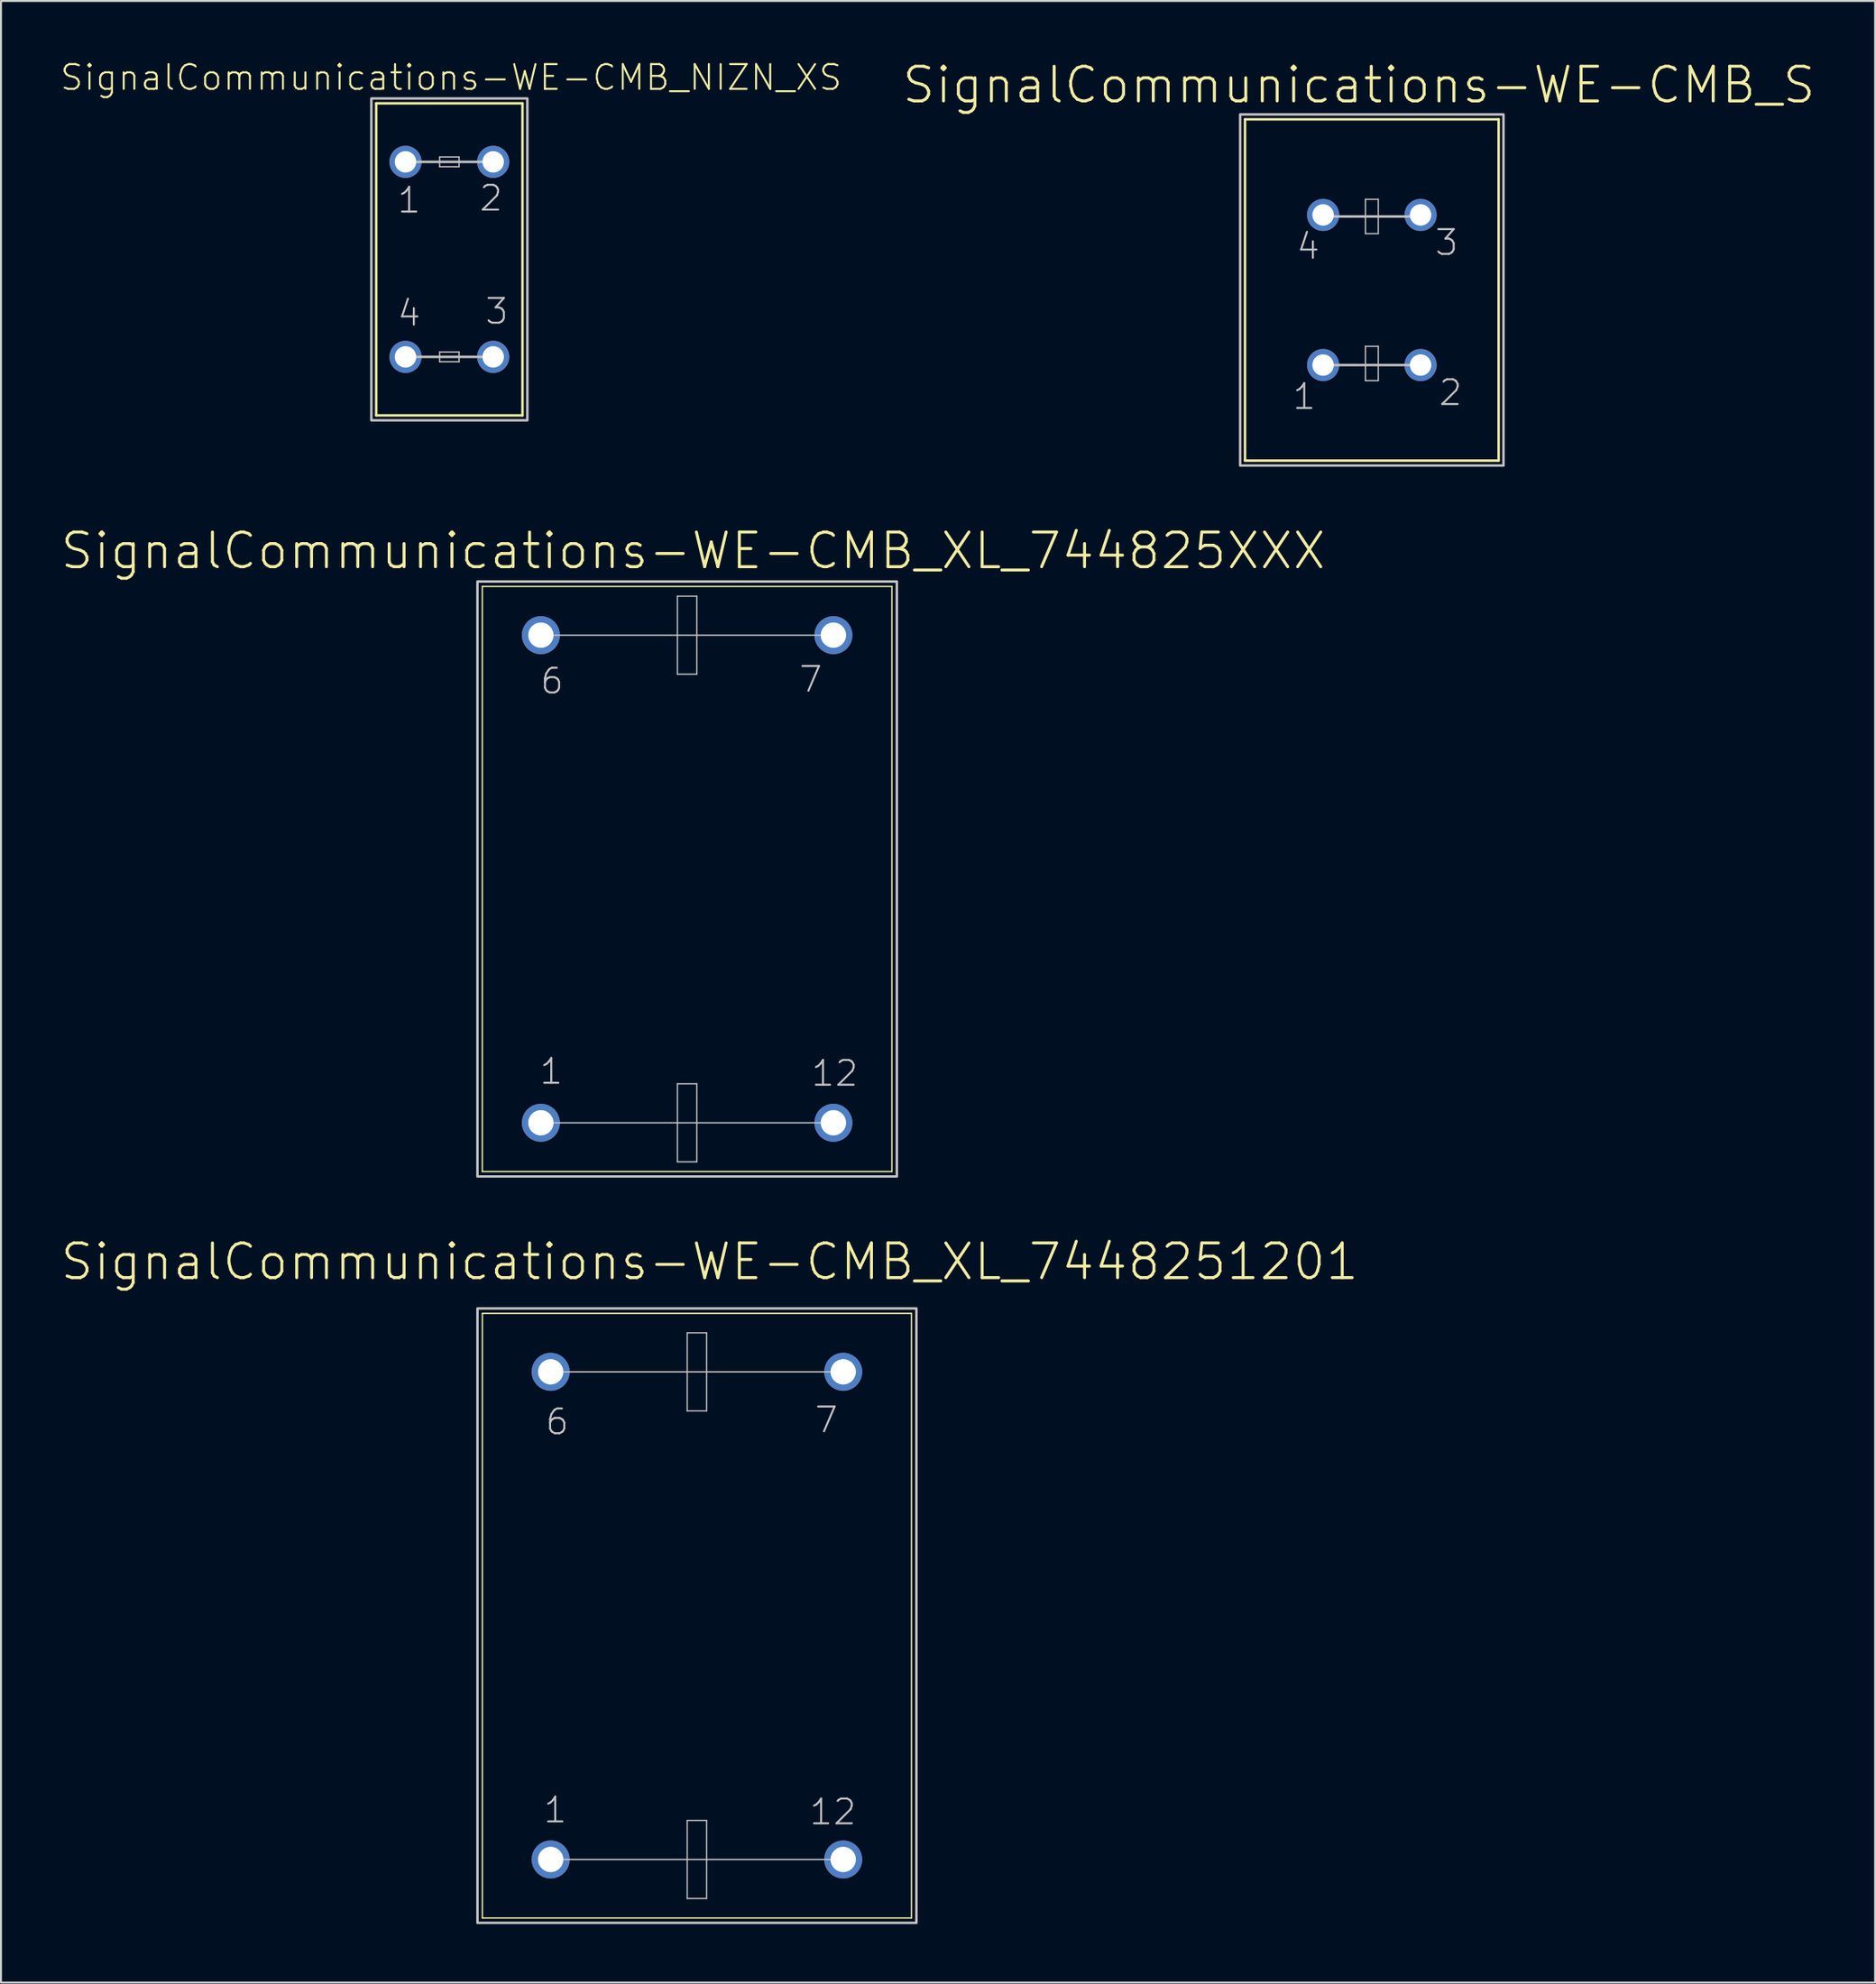
<source format=kicad_pcb>
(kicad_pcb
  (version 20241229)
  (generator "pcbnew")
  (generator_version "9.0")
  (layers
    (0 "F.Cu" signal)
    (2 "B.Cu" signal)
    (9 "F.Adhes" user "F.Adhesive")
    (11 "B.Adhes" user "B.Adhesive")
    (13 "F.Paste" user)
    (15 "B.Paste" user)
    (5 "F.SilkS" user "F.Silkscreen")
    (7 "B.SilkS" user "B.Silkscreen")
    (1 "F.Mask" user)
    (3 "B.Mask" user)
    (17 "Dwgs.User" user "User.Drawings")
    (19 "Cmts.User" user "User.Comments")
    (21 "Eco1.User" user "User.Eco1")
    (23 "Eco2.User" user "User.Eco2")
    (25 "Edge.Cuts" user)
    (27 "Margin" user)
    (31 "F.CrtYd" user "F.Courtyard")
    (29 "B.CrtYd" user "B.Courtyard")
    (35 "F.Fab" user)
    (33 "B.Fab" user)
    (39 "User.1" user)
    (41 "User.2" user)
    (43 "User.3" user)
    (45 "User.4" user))
  (footprint "SignalCommunications-WE-CMB_XL_7448251201"
    (layer "F.Cu")
    (at 32.675 79.773)
    (property "Reference" "SignalCommunications-WE-CMB_XL_7448251201" (at 0.65 -18.143 0) (layer "F.SilkS") (effects (font (size 1.778 1.778) (thickness 0.152))))
    (attr exclude_from_pos_files exclude_from_bom)
    (fp_line (start -10.998 -15.499) (end -10.998 15.499) (stroke (width 0.069) (type solid)) (layer "F.SilkS"))
    (fp_line (start -10.998 15.499) (end 10.998 15.499) (stroke (width 0.069) (type solid)) (layer "F.SilkS"))
    (fp_line (start 10.998 -15.499) (end -10.998 -15.499) (stroke (width 0.069) (type solid)) (layer "F.SilkS"))
    (fp_line (start 10.998 15.499) (end 10.998 -15.499) (stroke (width 0.069) (type solid)) (layer "F.SilkS"))
    (fp_line (start -7.498 -12.499) (end 7.498 -12.499) (stroke (width 0.069) (type solid)) (layer "Dwgs.User"))
    (fp_line (start -7.498 12.499) (end 7.498 12.499) (stroke (width 0.069) (type solid)) (layer "Dwgs.User"))
    (fp_line (start -0.498 -14.498) (end 0.498 -14.498) (stroke (width 0.066) (type solid)) (layer "Dwgs.User"))
    (fp_line (start -0.498 -10.498) (end -0.498 -14.498) (stroke (width 0.066) (type solid)) (layer "Dwgs.User"))
    (fp_line (start -0.498 -10.498) (end 0.498 -10.498) (stroke (width 0.066) (type solid)) (layer "Dwgs.User"))
    (fp_line (start -0.498 10.498) (end 0.498 10.498) (stroke (width 0.066) (type solid)) (layer "Dwgs.User"))
    (fp_line (start -0.498 14.498) (end -0.498 10.498) (stroke (width 0.066) (type solid)) (layer "Dwgs.User"))
    (fp_line (start -0.498 14.498) (end 0.498 14.498) (stroke (width 0.066) (type solid)) (layer "Dwgs.User"))
    (fp_line (start 0.498 -10.498) (end 0.498 -14.498) (stroke (width 0.066) (type solid)) (layer "Dwgs.User"))
    (fp_line (start 0.498 14.498) (end 0.498 10.498) (stroke (width 0.066) (type solid)) (layer "Dwgs.User"))
    (fp_poly (pts (xy 11.25 -15.748) (xy 11.25 15.748) (xy -11.25 15.748) (xy -11.25 -15.748) (xy 11.25 -15.748)) (stroke (width 0.127) (type solid)) (fill no) (layer "Dwgs.User"))
    (fp_text user "1" (at -7.264 9.964 0) (layer "Dwgs.User") (effects (font (size 1.27 1.27) (thickness 0.102))))
    (fp_text user "7" (at 6.634 -10.033 0) (layer "Dwgs.User") (effects (font (size 1.27 1.27) (thickness 0.102))))
    (fp_text user "12" (at 6.97 10.063 0) (layer "Dwgs.User") (effects (font (size 1.27 1.27) (thickness 0.102))))
    (fp_text user "6" (at -7.163 -9.934 0) (layer "Dwgs.User") (effects (font (size 1.27 1.27) (thickness 0.102))))
    (pad "1" thru_hole circle (at -7.498 12.499) (size 1.948 1.948) (drill 1.298) (layers "*.Cu" "*.Paste" "*.Mask"))
    (pad "6" thru_hole circle (at -7.498 -12.499) (size 1.948 1.948) (drill 1.298) (layers "*.Cu" "*.Paste" "*.Mask"))
    (pad "7" thru_hole circle (at 7.498 -12.499) (size 1.948 1.948) (drill 1.298) (layers "*.Cu" "*.Paste" "*.Mask"))
    (pad "12" thru_hole circle (at 7.498 12.499) (size 1.948 1.948) (drill 1.298) (layers "*.Cu" "*.Paste" "*.Mask")))
  (footprint "SignalCommunications-WE-CMB_S"
    (layer "F.Cu")
    (at 67.271 11.816)
    (property "Reference" "SignalCommunications-WE-CMB_S" (at -0.663 -10.508 0) (layer "F.SilkS") (effects (font (size 1.778 1.778) (thickness 0.152))))
    (attr exclude_from_pos_files exclude_from_bom)
    (fp_line (start -6.5 -8.748) (end -6.5 8.748) (stroke (width 0.127) (type solid)) (layer "F.SilkS"))
    (fp_line (start -6.5 8.748) (end 6.5 8.748) (stroke (width 0.127) (type solid)) (layer "F.SilkS"))
    (fp_line (start 6.5 -8.748) (end -6.5 -8.748) (stroke (width 0.127) (type solid)) (layer "F.SilkS"))
    (fp_line (start 6.5 8.748) (end 6.5 -8.748) (stroke (width 0.127) (type solid)) (layer "F.SilkS"))
    (fp_line (start -2.499 -3.769) (end 2.499 -3.769) (stroke (width 0.127) (type solid)) (layer "Dwgs.User"))
    (fp_line (start -2.499 3.848) (end 2.499 3.848) (stroke (width 0.127) (type solid)) (layer "Dwgs.User"))
    (fp_line (start -0.328 -4.648) (end 0.328 -4.648) (stroke (width 0.066) (type solid)) (layer "Dwgs.User"))
    (fp_line (start -0.328 -2.888) (end -0.328 -4.648) (stroke (width 0.066) (type solid)) (layer "Dwgs.User"))
    (fp_line (start -0.328 -2.888) (end 0.328 -2.888) (stroke (width 0.066) (type solid)) (layer "Dwgs.User"))
    (fp_line (start -0.328 2.888) (end 0.328 2.888) (stroke (width 0.066) (type solid)) (layer "Dwgs.User"))
    (fp_line (start -0.328 4.648) (end -0.328 2.888) (stroke (width 0.066) (type solid)) (layer "Dwgs.User"))
    (fp_line (start -0.328 4.648) (end 0.328 4.648) (stroke (width 0.066) (type solid)) (layer "Dwgs.User"))
    (fp_line (start 0.328 -2.888) (end 0.328 -4.648) (stroke (width 0.066) (type solid)) (layer "Dwgs.User"))
    (fp_line (start 0.328 4.648) (end 0.328 2.888) (stroke (width 0.066) (type solid)) (layer "Dwgs.User"))
    (fp_line (start 2.499 -3.848) (end 2.499 -3.769) (stroke (width 0.127) (type solid)) (layer "Dwgs.User"))
    (fp_poly (pts (xy 6.749 -8.999) (xy 6.749 8.999) (xy -6.749 8.999) (xy -6.749 -8.999) (xy 6.749 -8.999)) (stroke (width 0.127) (type solid)) (fill no) (layer "Dwgs.User"))
    (fp_text user "3" (at 3.833 -2.433 0) (layer "Dwgs.User") (effects (font (size 1.27 1.27) (thickness 0.102))))
    (fp_text user "1" (at -3.465 5.464 0) (layer "Dwgs.User") (effects (font (size 1.27 1.27) (thickness 0.102))))
    (fp_text user "2" (at 4.034 5.263 0) (layer "Dwgs.User") (effects (font (size 1.27 1.27) (thickness 0.102))))
    (fp_text user "4" (at -3.264 -2.233 0) (layer "Dwgs.User") (effects (font (size 1.27 1.27) (thickness 0.102))))
    (pad "1" thru_hole circle (at -2.499 3.848) (size 1.648 1.648) (drill 1.1) (layers "*.Cu" "*.Paste" "*.Mask"))
    (pad "2" thru_hole circle (at 2.499 3.848) (size 1.648 1.648) (drill 1.1) (layers "*.Cu" "*.Paste" "*.Mask"))
    (pad "3" thru_hole circle (at 2.499 -3.848) (size 1.648 1.648) (drill 1.1) (layers "*.Cu" "*.Paste" "*.Mask"))
    (pad "4" thru_hole circle (at -2.499 -3.848) (size 1.648 1.648) (drill 1.1) (layers "*.Cu" "*.Paste" "*.Mask")))
  (footprint "SignalCommunications-WE-CMB_NIZN_XS"
    (layer "F.Cu")
    (at 19.984 10.246)
    (property "Reference" "SignalCommunications-WE-CMB_NIZN_XS" (at 0.089 -9.324 0) (layer "F.SilkS") (effects (font (size 1.27 1.27) (thickness 0.102))))
    (attr exclude_from_pos_files exclude_from_bom)
    (fp_line (start -3.749 7.998) (end -3.749 -7.998) (stroke (width 0.127) (type solid)) (layer "F.SilkS"))
    (fp_line (start 3.749 -7.998) (end -3.749 -7.998) (stroke (width 0.127) (type solid)) (layer "F.SilkS"))
    (fp_line (start 3.749 7.998) (end -3.749 7.998) (stroke (width 0.127) (type solid)) (layer "F.SilkS"))
    (fp_line (start 3.749 7.998) (end 3.749 -7.998) (stroke (width 0.127) (type solid)) (layer "F.SilkS"))
    (fp_line (start -0.498 -5.248) (end 0.498 -5.248) (stroke (width 0.066) (type solid)) (layer "Dwgs.User"))
    (fp_line (start -0.498 -4.75) (end -0.498 -5.248) (stroke (width 0.066) (type solid)) (layer "Dwgs.User"))
    (fp_line (start -0.498 -4.75) (end 0.498 -4.75) (stroke (width 0.066) (type solid)) (layer "Dwgs.User"))
    (fp_line (start -0.498 4.75) (end 0.498 4.75) (stroke (width 0.066) (type solid)) (layer "Dwgs.User"))
    (fp_line (start -0.498 5.248) (end -0.498 4.75) (stroke (width 0.066) (type solid)) (layer "Dwgs.User"))
    (fp_line (start -0.498 5.248) (end 0.498 5.248) (stroke (width 0.066) (type solid)) (layer "Dwgs.User"))
    (fp_line (start 0.498 -4.75) (end 0.498 -5.248) (stroke (width 0.066) (type solid)) (layer "Dwgs.User"))
    (fp_line (start 0.498 5.248) (end 0.498 4.75) (stroke (width 0.066) (type solid)) (layer "Dwgs.User"))
    (fp_line (start 1.999 -4.999) (end -1.999 -4.999) (stroke (width 0.127) (type solid)) (layer "Dwgs.User"))
    (fp_line (start 1.999 4.999) (end -1.999 4.999) (stroke (width 0.127) (type solid)) (layer "Dwgs.User"))
    (fp_poly (pts (xy -3.998 8.25) (xy -3.998 -8.25) (xy 3.998 -8.25) (xy 3.998 8.25) (xy -3.998 8.25)) (stroke (width 0.127) (type solid)) (fill no) (layer "Dwgs.User"))
    (fp_text user "4" (at -2.062 2.764 0) (layer "Dwgs.User") (effects (font (size 1.27 1.27) (thickness 0.102))))
    (fp_text user "3" (at 2.433 2.664 0) (layer "Dwgs.User") (effects (font (size 1.27 1.27) (thickness 0.102))))
    (fp_text user "1" (at -2.062 -3.033 0) (layer "Dwgs.User") (effects (font (size 1.27 1.27) (thickness 0.102))))
    (fp_text user "2" (at 2.134 -3.134 0) (layer "Dwgs.User") (effects (font (size 1.27 1.27) (thickness 0.102))))
    (pad "1" thru_hole circle (at -2.248 -4.999) (size 1.648 1.648) (drill 1.1) (layers "*.Cu" "*.Paste" "*.Mask"))
    (pad "2" thru_hole circle (at 2.248 -4.999) (size 1.648 1.648) (drill 1.1) (layers "*.Cu" "*.Paste" "*.Mask"))
    (pad "3" thru_hole circle (at 2.248 4.999) (size 1.648 1.648) (drill 1.1) (layers "*.Cu" "*.Paste" "*.Mask"))
    (pad "4" thru_hole circle (at -2.248 4.999) (size 1.648 1.648) (drill 1.1) (layers "*.Cu" "*.Paste" "*.Mask")))
  (footprint "SignalCommunications-WE-CMB_XL_744825XXX"
    (layer "F.Cu")
    (at 32.173 41.01)
    (property "Reference" "SignalCommunications-WE-CMB_XL_744825XXX" (at 0.305 -15.824 0) (layer "F.SilkS") (effects (font (size 1.778 1.778) (thickness 0.152))))
    (attr exclude_from_pos_files exclude_from_bom)
    (fp_line (start -10.498 -13.998) (end -10.498 15.999) (stroke (width 0.069) (type solid)) (layer "F.SilkS"))
    (fp_line (start -10.498 15.999) (end 10.498 15.999) (stroke (width 0.069) (type solid)) (layer "F.SilkS"))
    (fp_line (start 10.498 -13.998) (end -10.498 -13.998) (stroke (width 0.069) (type solid)) (layer "F.SilkS"))
    (fp_line (start 10.498 15.999) (end 10.498 -13.998) (stroke (width 0.069) (type solid)) (layer "F.SilkS"))
    (fp_line (start -7.498 -11.499) (end 7.498 -11.499) (stroke (width 0.069) (type solid)) (layer "Dwgs.User"))
    (fp_line (start -7.498 13.498) (end 7.498 13.498) (stroke (width 0.069) (type solid)) (layer "Dwgs.User"))
    (fp_line (start -0.498 -13.498) (end 0.498 -13.498) (stroke (width 0.066) (type solid)) (layer "Dwgs.User"))
    (fp_line (start -0.498 -9.5) (end -0.498 -13.498) (stroke (width 0.066) (type solid)) (layer "Dwgs.User"))
    (fp_line (start -0.498 -9.5) (end 0.498 -9.5) (stroke (width 0.066) (type solid)) (layer "Dwgs.User"))
    (fp_line (start -0.498 11.499) (end 0.498 11.499) (stroke (width 0.066) (type solid)) (layer "Dwgs.User"))
    (fp_line (start -0.498 15.499) (end -0.498 11.499) (stroke (width 0.066) (type solid)) (layer "Dwgs.User"))
    (fp_line (start -0.498 15.499) (end 0.498 15.499) (stroke (width 0.066) (type solid)) (layer "Dwgs.User"))
    (fp_line (start 0.498 -9.5) (end 0.498 -13.498) (stroke (width 0.066) (type solid)) (layer "Dwgs.User"))
    (fp_line (start 0.498 15.499) (end 0.498 11.499) (stroke (width 0.066) (type solid)) (layer "Dwgs.User"))
    (fp_poly (pts (xy 10.749 -14.249) (xy 10.749 16.248) (xy -10.749 16.248) (xy -10.749 -14.249) (xy 10.749 -14.249)) (stroke (width 0.127) (type solid)) (fill no) (layer "Dwgs.User"))
    (fp_text user "1" (at -6.965 10.864 0) (layer "Dwgs.User") (effects (font (size 1.27 1.27) (thickness 0.102))))
    (fp_text user "6" (at -6.924 -9.144 0) (layer "Dwgs.User") (effects (font (size 1.27 1.27) (thickness 0.102))))
    (fp_text user "7" (at 6.335 -9.233 0) (layer "Dwgs.User") (effects (font (size 1.27 1.27) (thickness 0.102))))
    (fp_text user "12" (at 7.569 10.963 0) (layer "Dwgs.User") (effects (font (size 1.27 1.27) (thickness 0.102))))
    (pad "1" thru_hole circle (at -7.498 13.498) (size 1.948 1.948) (drill 1.298) (layers "*.Cu" "*.Paste" "*.Mask"))
    (pad "6" thru_hole circle (at -7.498 -11.499) (size 1.948 1.948) (drill 1.298) (layers "*.Cu" "*.Paste" "*.Mask"))
    (pad "7" thru_hole circle (at 7.498 -11.499) (size 1.948 1.948) (drill 1.298) (layers "*.Cu" "*.Paste" "*.Mask"))
    (pad "12" thru_hole circle (at 7.498 13.498) (size 1.948 1.948) (drill 1.298) (layers "*.Cu" "*.Paste" "*.Mask")))
  (gr_rect
    (start -3 -3)
    (end 93.069 98.584)
    (stroke (width 0.1) (type default))
    (fill no)
    (layer "Edge.Cuts")))
</source>
